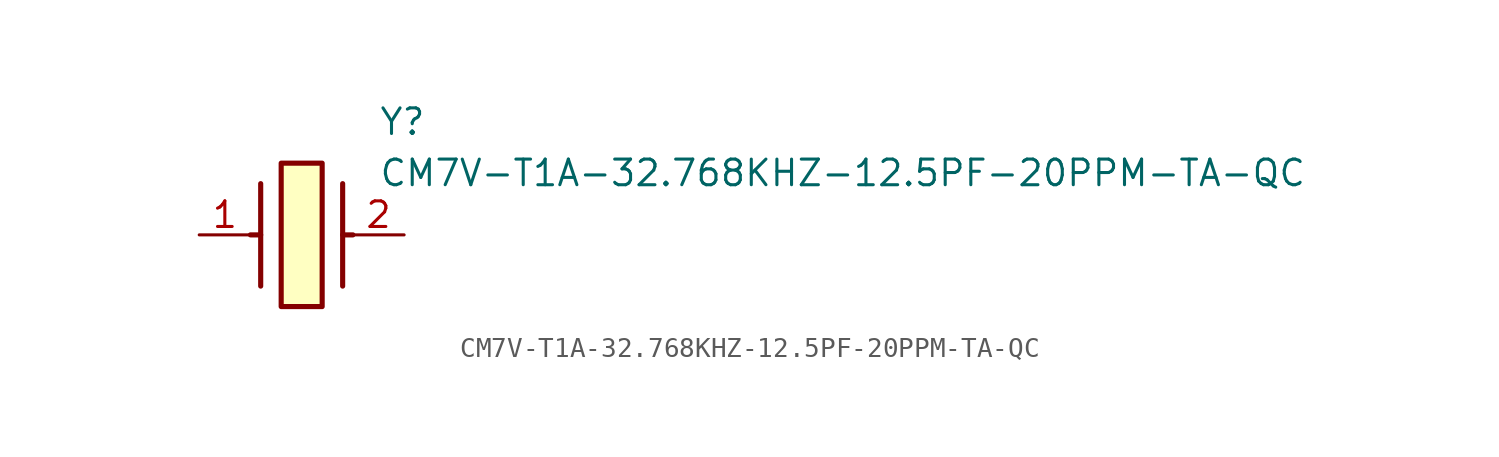
<source format=kicad_sym>
(kicad_symbol_lib
  (version 20211014)
  (generator SamacSys_ECAD_Model)
  (symbol "CM7V-T1A-32.768KHZ-12.5PF-20PPM-TA-QC"
    (pin_names hide)
    (property "Reference" "Y"
      (at 8.89 6.35 0)
      (effects (font (size 1.27 1.27)) (justify left top)))
    (property "Value" "CM7V-T1A-32.768KHZ-12.5PF-20PPM-TA-QC"
      (at 8.89 3.81 0)
      (effects (font (size 1.27 1.27)) (justify left top)))
    (rectangle
      (start 4.064 3.556)
      (end 6.096 -3.556)
      (stroke (width 0.254) (type default))
      (fill (type background)))
    (polyline
      (pts (xy 3.048 2.54) (xy 3.048 -2.54))
      (stroke (width 0.254) (type default))
      (fill (type none)))
    (polyline
      (pts (xy 7.112 2.54) (xy 7.112 -2.54))
      (stroke (width 0.254) (type default))
      (fill (type none)))
    (polyline
      (pts (xy 7.112 0) (xy 7.62 0))
      (stroke (width 0.254) (type default))
      (fill (type none)))
    (polyline
      (pts (xy 3.048 0) (xy 2.54 0))
      (stroke (width 0.254) (type default))
      (fill (type none)))
    (pin passive line
      (at 0 0 0)
      (length 2.54)
      (name "1" (effects (font (size 1.27 1.27))))
      (number "1" (effects (font (size 1.27 1.27)))))
    (pin passive line
      (at 10.16 0 180)
      (length 2.54)
      (name "2" (effects (font (size 1.27 1.27))))
      (number "2" (effects (font (size 1.27 1.27)))))))
</source>
